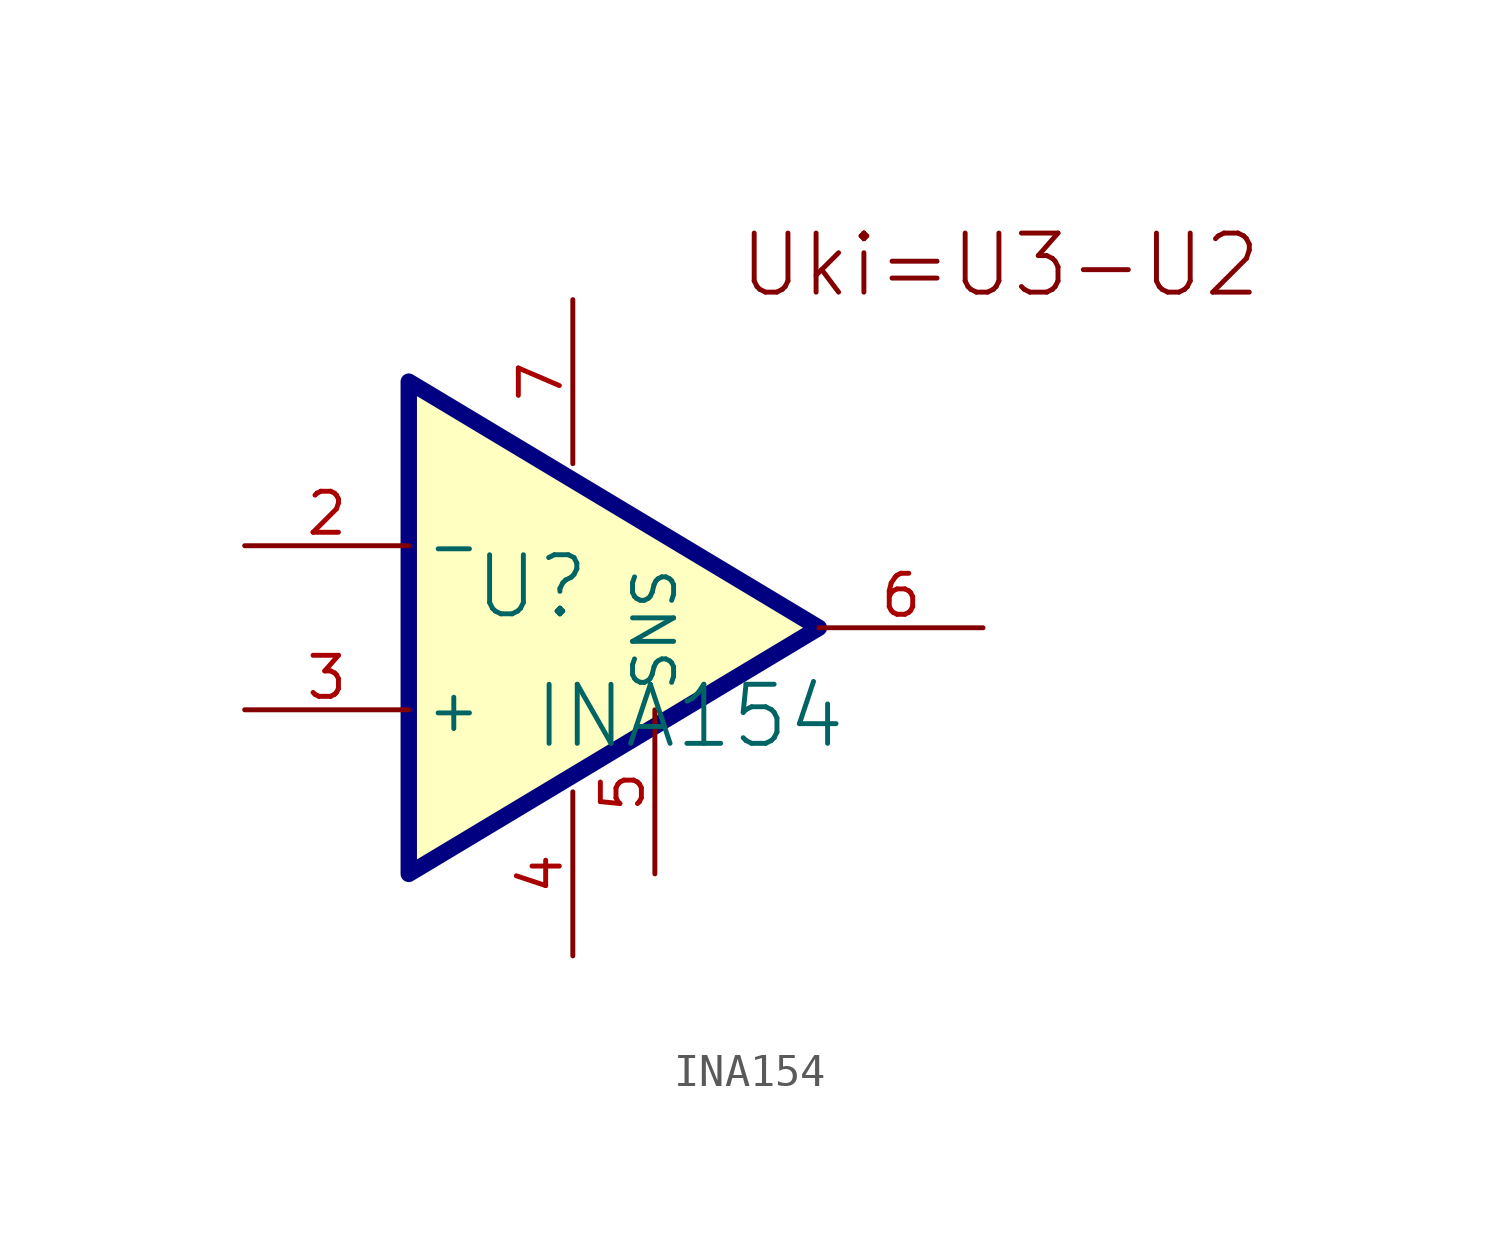
<source format=kicad_sym>
(kicad_symbol_lib
  (version 20241209)
  (generator "kicad_symbol_editor")
  (generator_version "9.0")
  (symbol "INA154"
    (property "Reference" "U"
      (at -1.27 1.27 0)
      (effects (font (size 1.829 1.829))))
    (property "Value" "INA154"
      (at -1.27 -3.81 0)
      (effects (font (size 1.829 1.829)) (justify left bottom)))
    (symbol "INA154_1_0"
      (polyline (pts (xy -5.08 7.62) (xy -5.08 -7.62) (xy 7.62 0) (xy -5.08 7.62)) (stroke (width 0.508) (type solid) (color 0 0 128 1)) (fill (type background)))
      (text "Uki=U3-U2" (at 5.08 10.16 0) (effects (font (size 1.829 1.829)) (justify left bottom)))
      (pin passive line (at -10.16 2.54 0) (length 5.08) (name "-" (effects (font (size 1.27 1.27)))) (number "2" (effects (font (size 1.27 1.27)))))
      (pin passive line (at -10.16 -2.54 0) (length 5.08) (name "+" (effects (font (size 1.27 1.27)))) (number "3" (effects (font (size 1.27 1.27)))))
      (pin passive line (at 0 10.16 270) (length 5.08) (name "V+" (effects (font (size 0 0)))) (number "7" (effects (font (size 1.27 1.27)))))
      (pin passive line (at 0 -10.16 90) (length 5.08) (name "V-" (effects (font (size 0 0)))) (number "4" (effects (font (size 1.27 1.27)))))
      (pin passive line (at 2.54 -7.62 90) (length 5.08) (name "SNS" (effects (font (size 1.27 1.27)))) (number "5" (effects (font (size 1.27 1.27)))))
      (pin passive line (at 5.08 12.7 270) (length 7.62) (hide yes) (name "NC" (effects (font (size 1.27 1.27)))) (number "8" (effects (font (size 1.27 1.27)))))
      (pin passive line (at 12.7 0 180) (length 5.08) (name "output" (effects (font (size 0 0)))) (number "6" (effects (font (size 1.27 1.27))))))))
</source>
